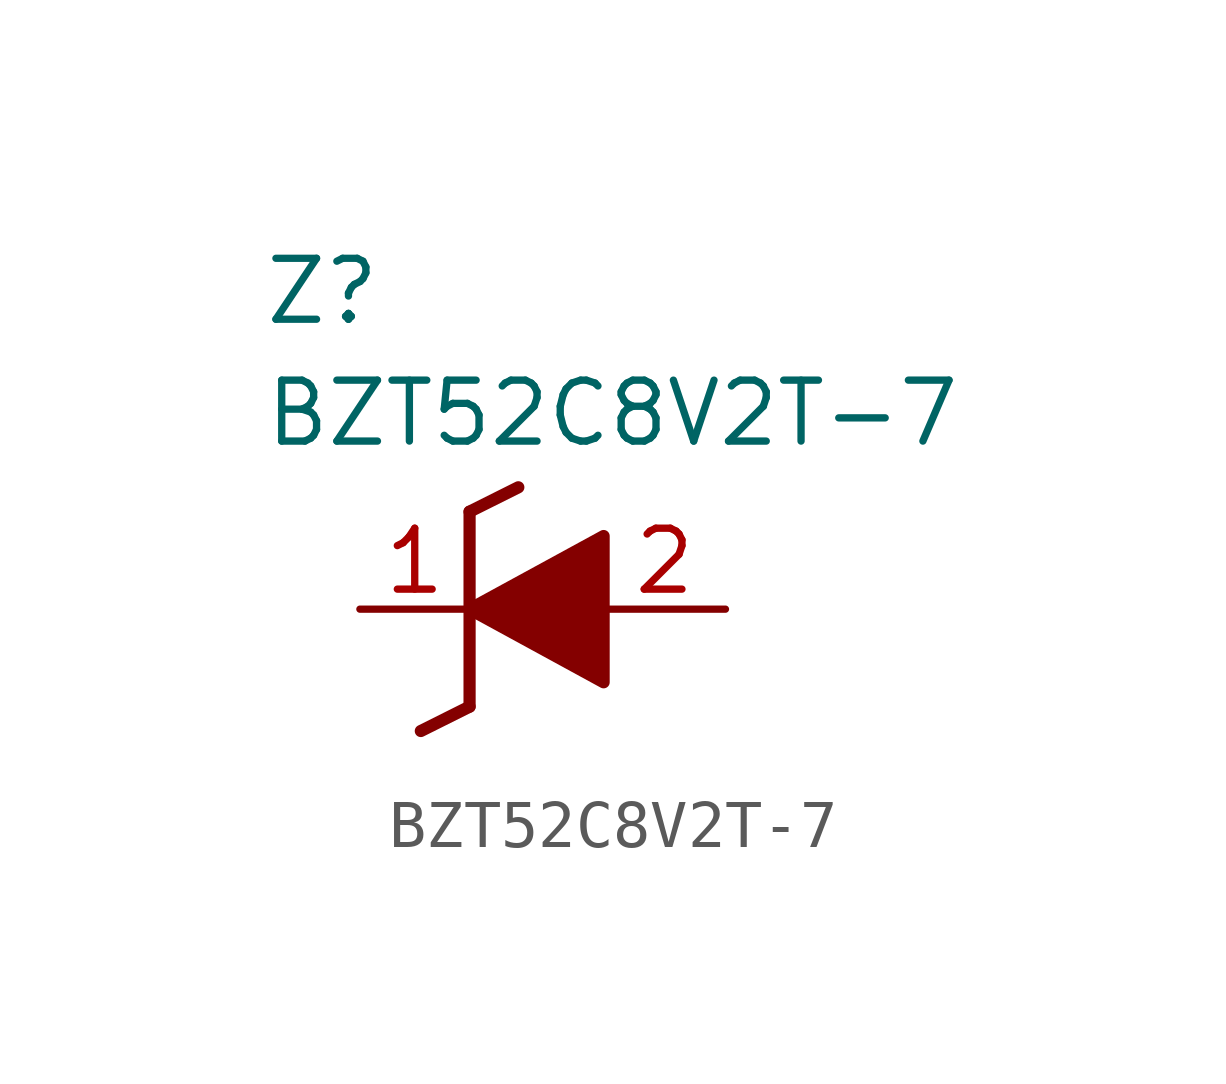
<source format=kicad_sym>
(kicad_symbol_lib
  (version 20241209)
  (generator "kicad_symbol_editor")
  (generator_version "9.0")
  (symbol "BZT52C8V2T-7"
    (pin_names
      (hide yes))
    (property "Reference" "Z"
      (at -4.572 7.366 0)
      (effects (font (size 1.27 1.27)) (justify left top)))
    (property "Value" "BZT52C8V2T-7"
      (at -4.572 4.826 0)
      (effects (font (size 1.27 1.27)) (justify left top)))
    (symbol "BZT52C8V2T-7_1_1"
      (polyline (pts (xy -1.27 -2.54) (xy -0.254 -2.032)) (stroke (width 0.254) (type default)) (fill (type none)))
      (polyline (pts (xy -0.254 2.032) (xy -0.254 -2.032)) (stroke (width 0.254) (type default)) (fill (type none)))
      (polyline (pts (xy -0.254 2.032) (xy 0.762 2.54)) (stroke (width 0.254) (type default)) (fill (type none)))
      (polyline (pts (xy -0.254 0) (xy 2.54 1.524) (xy 2.54 -1.524) (xy -0.254 0)) (stroke (width 0.254) (type default)) (fill (type outline)))
      (pin passive line (at -2.54 0 0) (length 2.286) (name "K" (effects (font (size 1.27 1.27)))) (number "1" (effects (font (size 1.27 1.27)))))
      (pin passive line (at 5.08 0 180) (length 2.54) (name "A" (effects (font (size 1.27 1.27)))) (number "2" (effects (font (size 1.27 1.27))))))))
</source>
